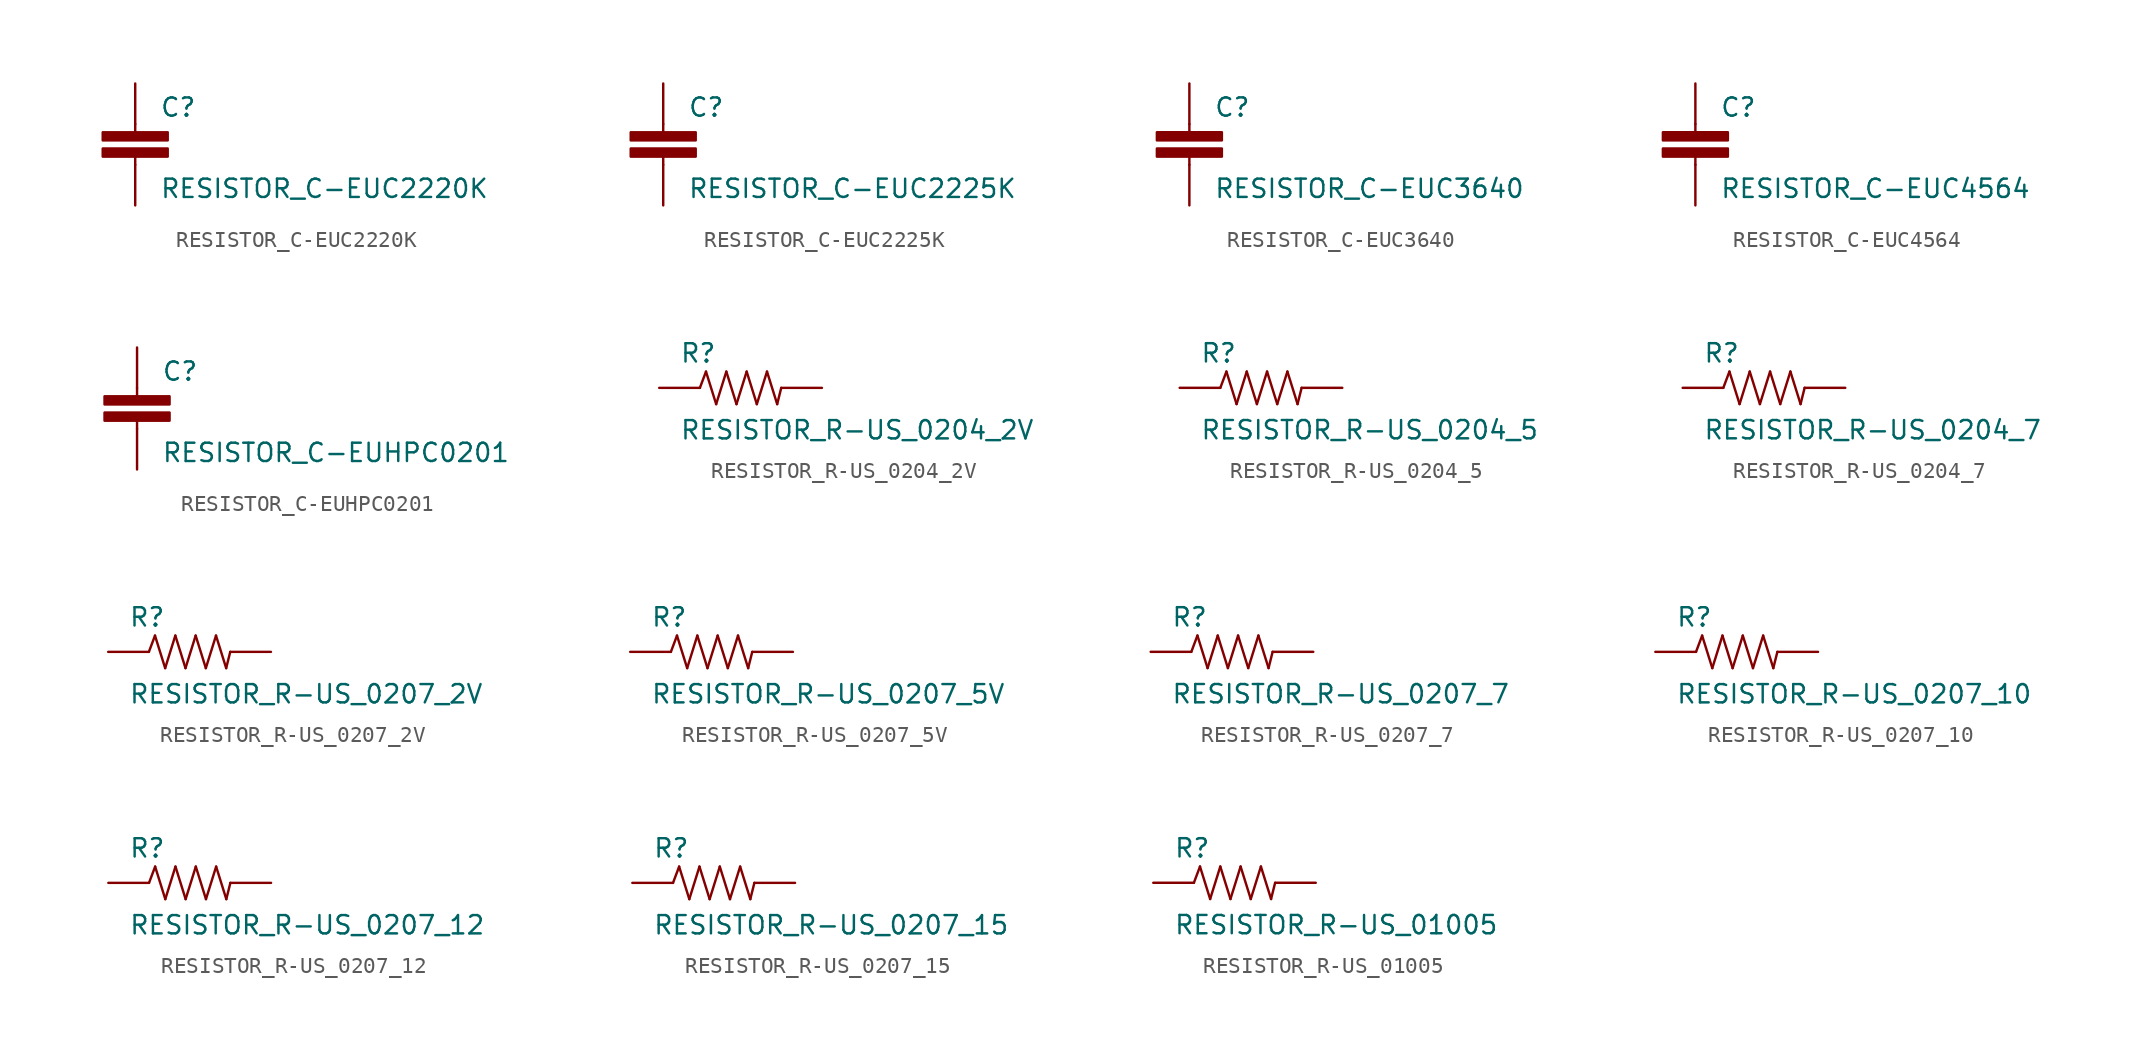
<source format=kicad_sym>
(kicad_symbol_lib
  (version 20210619)
  (generator kicad_symbol_editor)
  (symbol "RESISTOR_C-EUC2220K"
    (pin_numbers hide)
    (pin_names
      (offset 1.016) hide)
    (property "Reference" "C"
      (at 1.524 0.381 0)
      (effects (font (size 1.143 1.143)) (justify left bottom)))
    (property "Value" "RESISTOR_C-EUC2220K"
      (at 1.524 -4.699 0)
      (effects (font (size 1.143 1.143)) (justify left bottom)))
    (property "ki_locked" ""
      (at 0 0 0)
      (effects (font (size 1.27 1.27))))
    (symbol "RESISTOR_C-EUC2220K_1_0"
      (polyline (pts (xy 0 -2.54) (xy 0 -2.032)) (stroke (width 0)) (fill (type none)))
      (polyline (pts (xy 0 0) (xy 0 -0.508)) (stroke (width 0)) (fill (type none))))
    (symbol "RESISTOR_C-EUC2220K_1_1"
      (rectangle (start -2.032 -2.032) (end 2.032 -1.524) (stroke (width 0)) (fill (type outline)))
      (rectangle (start -2.032 -1.016) (end 2.032 -0.508) (stroke (width 0)) (fill (type outline)))
      (pin passive line (at 0 2.54 270) (length 2.54) (name "1" (effects (font (size 1.016 1.016)))) (number "1" (effects (font (size 1.016 1.016)))))
      (pin passive line (at 0 -5.08 90) (length 2.54) (name "2" (effects (font (size 1.016 1.016)))) (number "2" (effects (font (size 1.016 1.016)))))))
  (symbol "RESISTOR_C-EUC2225K"
    (pin_numbers hide)
    (pin_names
      (offset 1.016) hide)
    (property "Reference" "C"
      (at 1.524 0.381 0)
      (effects (font (size 1.143 1.143)) (justify left bottom)))
    (property "Value" "RESISTOR_C-EUC2225K"
      (at 1.524 -4.699 0)
      (effects (font (size 1.143 1.143)) (justify left bottom)))
    (property "ki_locked" ""
      (at 0 0 0)
      (effects (font (size 1.27 1.27))))
    (symbol "RESISTOR_C-EUC2225K_1_0"
      (polyline (pts (xy 0 -2.54) (xy 0 -2.032)) (stroke (width 0)) (fill (type none)))
      (polyline (pts (xy 0 0) (xy 0 -0.508)) (stroke (width 0)) (fill (type none))))
    (symbol "RESISTOR_C-EUC2225K_1_1"
      (rectangle (start -2.032 -2.032) (end 2.032 -1.524) (stroke (width 0)) (fill (type outline)))
      (rectangle (start -2.032 -1.016) (end 2.032 -0.508) (stroke (width 0)) (fill (type outline)))
      (pin passive line (at 0 2.54 270) (length 2.54) (name "1" (effects (font (size 1.016 1.016)))) (number "1" (effects (font (size 1.016 1.016)))))
      (pin passive line (at 0 -5.08 90) (length 2.54) (name "2" (effects (font (size 1.016 1.016)))) (number "2" (effects (font (size 1.016 1.016)))))))
  (symbol "RESISTOR_C-EUC3640"
    (pin_numbers hide)
    (pin_names
      (offset 1.016) hide)
    (property "Reference" "C"
      (at 1.524 0.381 0)
      (effects (font (size 1.143 1.143)) (justify left bottom)))
    (property "Value" "RESISTOR_C-EUC3640"
      (at 1.524 -4.699 0)
      (effects (font (size 1.143 1.143)) (justify left bottom)))
    (property "ki_locked" ""
      (at 0 0 0)
      (effects (font (size 1.27 1.27))))
    (symbol "RESISTOR_C-EUC3640_1_0"
      (polyline (pts (xy 0 -2.54) (xy 0 -2.032)) (stroke (width 0)) (fill (type none)))
      (polyline (pts (xy 0 0) (xy 0 -0.508)) (stroke (width 0)) (fill (type none))))
    (symbol "RESISTOR_C-EUC3640_1_1"
      (rectangle (start -2.032 -2.032) (end 2.032 -1.524) (stroke (width 0)) (fill (type outline)))
      (rectangle (start -2.032 -1.016) (end 2.032 -0.508) (stroke (width 0)) (fill (type outline)))
      (pin passive line (at 0 2.54 270) (length 2.54) (name "1" (effects (font (size 1.016 1.016)))) (number "1" (effects (font (size 1.016 1.016)))))
      (pin passive line (at 0 -5.08 90) (length 2.54) (name "2" (effects (font (size 1.016 1.016)))) (number "2" (effects (font (size 1.016 1.016)))))))
  (symbol "RESISTOR_C-EUC4564"
    (pin_numbers hide)
    (pin_names
      (offset 1.016) hide)
    (property "Reference" "C"
      (at 1.524 0.381 0)
      (effects (font (size 1.143 1.143)) (justify left bottom)))
    (property "Value" "RESISTOR_C-EUC4564"
      (at 1.524 -4.699 0)
      (effects (font (size 1.143 1.143)) (justify left bottom)))
    (property "ki_locked" ""
      (at 0 0 0)
      (effects (font (size 1.27 1.27))))
    (symbol "RESISTOR_C-EUC4564_1_0"
      (polyline (pts (xy 0 -2.54) (xy 0 -2.032)) (stroke (width 0)) (fill (type none)))
      (polyline (pts (xy 0 0) (xy 0 -0.508)) (stroke (width 0)) (fill (type none))))
    (symbol "RESISTOR_C-EUC4564_1_1"
      (rectangle (start -2.032 -2.032) (end 2.032 -1.524) (stroke (width 0)) (fill (type outline)))
      (rectangle (start -2.032 -1.016) (end 2.032 -0.508) (stroke (width 0)) (fill (type outline)))
      (pin passive line (at 0 2.54 270) (length 2.54) (name "1" (effects (font (size 1.016 1.016)))) (number "1" (effects (font (size 1.016 1.016)))))
      (pin passive line (at 0 -5.08 90) (length 2.54) (name "2" (effects (font (size 1.016 1.016)))) (number "2" (effects (font (size 1.016 1.016)))))))
  (symbol "RESISTOR_C-EUHPC0201"
    (pin_numbers hide)
    (pin_names
      (offset 1.016) hide)
    (property "Reference" "C"
      (at 1.524 0.381 0)
      (effects (font (size 1.143 1.143)) (justify left bottom)))
    (property "Value" "RESISTOR_C-EUHPC0201"
      (at 1.524 -4.699 0)
      (effects (font (size 1.143 1.143)) (justify left bottom)))
    (property "ki_locked" ""
      (at 0 0 0)
      (effects (font (size 1.27 1.27))))
    (symbol "RESISTOR_C-EUHPC0201_1_0"
      (polyline (pts (xy 0 -2.54) (xy 0 -2.032)) (stroke (width 0)) (fill (type none)))
      (polyline (pts (xy 0 0) (xy 0 -0.508)) (stroke (width 0)) (fill (type none))))
    (symbol "RESISTOR_C-EUHPC0201_1_1"
      (rectangle (start -2.032 -2.032) (end 2.032 -1.524) (stroke (width 0)) (fill (type outline)))
      (rectangle (start -2.032 -1.016) (end 2.032 -0.508) (stroke (width 0)) (fill (type outline)))
      (pin passive line (at 0 2.54 270) (length 2.54) (name "1" (effects (font (size 1.016 1.016)))) (number "1" (effects (font (size 1.016 1.016)))))
      (pin passive line (at 0 -5.08 90) (length 2.54) (name "2" (effects (font (size 1.016 1.016)))) (number "2" (effects (font (size 1.016 1.016)))))))
  (symbol "RESISTOR_R-US_0204_2V"
    (pin_numbers hide)
    (pin_names
      (offset 1.016) hide)
    (property "Reference" "R"
      (at -3.81 1.499 0)
      (effects (font (size 1.143 1.143)) (justify left bottom)))
    (property "Value" "RESISTOR_R-US_0204_2V"
      (at -3.81 -3.302 0)
      (effects (font (size 1.143 1.143)) (justify left bottom)))
    (property "ki_locked" ""
      (at 0 0 0)
      (effects (font (size 1.27 1.27))))
    (symbol "RESISTOR_R-US_0204_2V_1_0"
      (polyline (pts (xy -2.54 0) (xy -2.159 1.016)) (stroke (width 0)) (fill (type none)))
      (polyline (pts (xy -2.159 1.016) (xy -1.524 -1.016)) (stroke (width 0)) (fill (type none)))
      (polyline (pts (xy -1.524 -1.016) (xy -0.889 1.016)) (stroke (width 0)) (fill (type none)))
      (polyline (pts (xy -0.889 1.016) (xy -0.254 -1.016)) (stroke (width 0)) (fill (type none)))
      (polyline (pts (xy -0.254 -1.016) (xy 0.381 1.016)) (stroke (width 0)) (fill (type none)))
      (polyline (pts (xy 0.381 1.016) (xy 1.016 -1.016)) (stroke (width 0)) (fill (type none)))
      (polyline (pts (xy 1.016 -1.016) (xy 1.651 1.016)) (stroke (width 0)) (fill (type none)))
      (polyline (pts (xy 1.651 1.016) (xy 2.286 -1.016)) (stroke (width 0)) (fill (type none)))
      (polyline (pts (xy 2.286 -1.016) (xy 2.54 0)) (stroke (width 0)) (fill (type none))))
    (symbol "RESISTOR_R-US_0204_2V_1_1"
      (pin passive line (at -5.08 0 0) (length 2.54) (name "1" (effects (font (size 1.016 1.016)))) (number "1" (effects (font (size 1.016 1.016)))))
      (pin passive line (at 5.08 0 180) (length 2.54) (name "2" (effects (font (size 1.016 1.016)))) (number "2" (effects (font (size 1.016 1.016)))))))
  (symbol "RESISTOR_R-US_0204_5"
    (pin_numbers hide)
    (pin_names
      (offset 1.016) hide)
    (property "Reference" "R"
      (at -3.81 1.499 0)
      (effects (font (size 1.143 1.143)) (justify left bottom)))
    (property "Value" "RESISTOR_R-US_0204_5"
      (at -3.81 -3.302 0)
      (effects (font (size 1.143 1.143)) (justify left bottom)))
    (property "ki_locked" ""
      (at 0 0 0)
      (effects (font (size 1.27 1.27))))
    (symbol "RESISTOR_R-US_0204_5_1_0"
      (polyline (pts (xy -2.54 0) (xy -2.159 1.016)) (stroke (width 0)) (fill (type none)))
      (polyline (pts (xy -2.159 1.016) (xy -1.524 -1.016)) (stroke (width 0)) (fill (type none)))
      (polyline (pts (xy -1.524 -1.016) (xy -0.889 1.016)) (stroke (width 0)) (fill (type none)))
      (polyline (pts (xy -0.889 1.016) (xy -0.254 -1.016)) (stroke (width 0)) (fill (type none)))
      (polyline (pts (xy -0.254 -1.016) (xy 0.381 1.016)) (stroke (width 0)) (fill (type none)))
      (polyline (pts (xy 0.381 1.016) (xy 1.016 -1.016)) (stroke (width 0)) (fill (type none)))
      (polyline (pts (xy 1.016 -1.016) (xy 1.651 1.016)) (stroke (width 0)) (fill (type none)))
      (polyline (pts (xy 1.651 1.016) (xy 2.286 -1.016)) (stroke (width 0)) (fill (type none)))
      (polyline (pts (xy 2.286 -1.016) (xy 2.54 0)) (stroke (width 0)) (fill (type none))))
    (symbol "RESISTOR_R-US_0204_5_1_1"
      (pin passive line (at -5.08 0 0) (length 2.54) (name "1" (effects (font (size 1.016 1.016)))) (number "1" (effects (font (size 1.016 1.016)))))
      (pin passive line (at 5.08 0 180) (length 2.54) (name "2" (effects (font (size 1.016 1.016)))) (number "2" (effects (font (size 1.016 1.016)))))))
  (symbol "RESISTOR_R-US_0204_7"
    (pin_numbers hide)
    (pin_names
      (offset 1.016) hide)
    (property "Reference" "R"
      (at -3.81 1.499 0)
      (effects (font (size 1.143 1.143)) (justify left bottom)))
    (property "Value" "RESISTOR_R-US_0204_7"
      (at -3.81 -3.302 0)
      (effects (font (size 1.143 1.143)) (justify left bottom)))
    (property "ki_locked" ""
      (at 0 0 0)
      (effects (font (size 1.27 1.27))))
    (symbol "RESISTOR_R-US_0204_7_1_0"
      (polyline (pts (xy -2.54 0) (xy -2.159 1.016)) (stroke (width 0)) (fill (type none)))
      (polyline (pts (xy -2.159 1.016) (xy -1.524 -1.016)) (stroke (width 0)) (fill (type none)))
      (polyline (pts (xy -1.524 -1.016) (xy -0.889 1.016)) (stroke (width 0)) (fill (type none)))
      (polyline (pts (xy -0.889 1.016) (xy -0.254 -1.016)) (stroke (width 0)) (fill (type none)))
      (polyline (pts (xy -0.254 -1.016) (xy 0.381 1.016)) (stroke (width 0)) (fill (type none)))
      (polyline (pts (xy 0.381 1.016) (xy 1.016 -1.016)) (stroke (width 0)) (fill (type none)))
      (polyline (pts (xy 1.016 -1.016) (xy 1.651 1.016)) (stroke (width 0)) (fill (type none)))
      (polyline (pts (xy 1.651 1.016) (xy 2.286 -1.016)) (stroke (width 0)) (fill (type none)))
      (polyline (pts (xy 2.286 -1.016) (xy 2.54 0)) (stroke (width 0)) (fill (type none))))
    (symbol "RESISTOR_R-US_0204_7_1_1"
      (pin passive line (at -5.08 0 0) (length 2.54) (name "1" (effects (font (size 1.016 1.016)))) (number "1" (effects (font (size 1.016 1.016)))))
      (pin passive line (at 5.08 0 180) (length 2.54) (name "2" (effects (font (size 1.016 1.016)))) (number "2" (effects (font (size 1.016 1.016)))))))
  (symbol "RESISTOR_R-US_0207_2V"
    (pin_numbers hide)
    (pin_names
      (offset 1.016) hide)
    (property "Reference" "R"
      (at -3.81 1.499 0)
      (effects (font (size 1.143 1.143)) (justify left bottom)))
    (property "Value" "RESISTOR_R-US_0207_2V"
      (at -3.81 -3.302 0)
      (effects (font (size 1.143 1.143)) (justify left bottom)))
    (property "ki_locked" ""
      (at 0 0 0)
      (effects (font (size 1.27 1.27))))
    (symbol "RESISTOR_R-US_0207_2V_1_0"
      (polyline (pts (xy -2.54 0) (xy -2.159 1.016)) (stroke (width 0)) (fill (type none)))
      (polyline (pts (xy -2.159 1.016) (xy -1.524 -1.016)) (stroke (width 0)) (fill (type none)))
      (polyline (pts (xy -1.524 -1.016) (xy -0.889 1.016)) (stroke (width 0)) (fill (type none)))
      (polyline (pts (xy -0.889 1.016) (xy -0.254 -1.016)) (stroke (width 0)) (fill (type none)))
      (polyline (pts (xy -0.254 -1.016) (xy 0.381 1.016)) (stroke (width 0)) (fill (type none)))
      (polyline (pts (xy 0.381 1.016) (xy 1.016 -1.016)) (stroke (width 0)) (fill (type none)))
      (polyline (pts (xy 1.016 -1.016) (xy 1.651 1.016)) (stroke (width 0)) (fill (type none)))
      (polyline (pts (xy 1.651 1.016) (xy 2.286 -1.016)) (stroke (width 0)) (fill (type none)))
      (polyline (pts (xy 2.286 -1.016) (xy 2.54 0)) (stroke (width 0)) (fill (type none))))
    (symbol "RESISTOR_R-US_0207_2V_1_1"
      (pin passive line (at -5.08 0 0) (length 2.54) (name "1" (effects (font (size 1.016 1.016)))) (number "1" (effects (font (size 1.016 1.016)))))
      (pin passive line (at 5.08 0 180) (length 2.54) (name "2" (effects (font (size 1.016 1.016)))) (number "2" (effects (font (size 1.016 1.016)))))))
  (symbol "RESISTOR_R-US_0207_5V"
    (pin_numbers hide)
    (pin_names
      (offset 1.016) hide)
    (property "Reference" "R"
      (at -3.81 1.499 0)
      (effects (font (size 1.143 1.143)) (justify left bottom)))
    (property "Value" "RESISTOR_R-US_0207_5V"
      (at -3.81 -3.302 0)
      (effects (font (size 1.143 1.143)) (justify left bottom)))
    (property "ki_locked" ""
      (at 0 0 0)
      (effects (font (size 1.27 1.27))))
    (symbol "RESISTOR_R-US_0207_5V_1_0"
      (polyline (pts (xy -2.54 0) (xy -2.159 1.016)) (stroke (width 0)) (fill (type none)))
      (polyline (pts (xy -2.159 1.016) (xy -1.524 -1.016)) (stroke (width 0)) (fill (type none)))
      (polyline (pts (xy -1.524 -1.016) (xy -0.889 1.016)) (stroke (width 0)) (fill (type none)))
      (polyline (pts (xy -0.889 1.016) (xy -0.254 -1.016)) (stroke (width 0)) (fill (type none)))
      (polyline (pts (xy -0.254 -1.016) (xy 0.381 1.016)) (stroke (width 0)) (fill (type none)))
      (polyline (pts (xy 0.381 1.016) (xy 1.016 -1.016)) (stroke (width 0)) (fill (type none)))
      (polyline (pts (xy 1.016 -1.016) (xy 1.651 1.016)) (stroke (width 0)) (fill (type none)))
      (polyline (pts (xy 1.651 1.016) (xy 2.286 -1.016)) (stroke (width 0)) (fill (type none)))
      (polyline (pts (xy 2.286 -1.016) (xy 2.54 0)) (stroke (width 0)) (fill (type none))))
    (symbol "RESISTOR_R-US_0207_5V_1_1"
      (pin passive line (at -5.08 0 0) (length 2.54) (name "1" (effects (font (size 1.016 1.016)))) (number "1" (effects (font (size 1.016 1.016)))))
      (pin passive line (at 5.08 0 180) (length 2.54) (name "2" (effects (font (size 1.016 1.016)))) (number "2" (effects (font (size 1.016 1.016)))))))
  (symbol "RESISTOR_R-US_0207_7"
    (pin_numbers hide)
    (pin_names
      (offset 1.016) hide)
    (property "Reference" "R"
      (at -3.81 1.499 0)
      (effects (font (size 1.143 1.143)) (justify left bottom)))
    (property "Value" "RESISTOR_R-US_0207_7"
      (at -3.81 -3.302 0)
      (effects (font (size 1.143 1.143)) (justify left bottom)))
    (property "ki_locked" ""
      (at 0 0 0)
      (effects (font (size 1.27 1.27))))
    (symbol "RESISTOR_R-US_0207_7_1_0"
      (polyline (pts (xy -2.54 0) (xy -2.159 1.016)) (stroke (width 0)) (fill (type none)))
      (polyline (pts (xy -2.159 1.016) (xy -1.524 -1.016)) (stroke (width 0)) (fill (type none)))
      (polyline (pts (xy -1.524 -1.016) (xy -0.889 1.016)) (stroke (width 0)) (fill (type none)))
      (polyline (pts (xy -0.889 1.016) (xy -0.254 -1.016)) (stroke (width 0)) (fill (type none)))
      (polyline (pts (xy -0.254 -1.016) (xy 0.381 1.016)) (stroke (width 0)) (fill (type none)))
      (polyline (pts (xy 0.381 1.016) (xy 1.016 -1.016)) (stroke (width 0)) (fill (type none)))
      (polyline (pts (xy 1.016 -1.016) (xy 1.651 1.016)) (stroke (width 0)) (fill (type none)))
      (polyline (pts (xy 1.651 1.016) (xy 2.286 -1.016)) (stroke (width 0)) (fill (type none)))
      (polyline (pts (xy 2.286 -1.016) (xy 2.54 0)) (stroke (width 0)) (fill (type none))))
    (symbol "RESISTOR_R-US_0207_7_1_1"
      (pin passive line (at -5.08 0 0) (length 2.54) (name "1" (effects (font (size 1.016 1.016)))) (number "1" (effects (font (size 1.016 1.016)))))
      (pin passive line (at 5.08 0 180) (length 2.54) (name "2" (effects (font (size 1.016 1.016)))) (number "2" (effects (font (size 1.016 1.016)))))))
  (symbol "RESISTOR_R-US_0207_10"
    (pin_numbers hide)
    (pin_names
      (offset 1.016) hide)
    (property "Reference" "R"
      (at -3.81 1.499 0)
      (effects (font (size 1.143 1.143)) (justify left bottom)))
    (property "Value" "RESISTOR_R-US_0207_10"
      (at -3.81 -3.302 0)
      (effects (font (size 1.143 1.143)) (justify left bottom)))
    (property "ki_locked" ""
      (at 0 0 0)
      (effects (font (size 1.27 1.27))))
    (symbol "RESISTOR_R-US_0207_10_1_0"
      (polyline (pts (xy -2.54 0) (xy -2.159 1.016)) (stroke (width 0)) (fill (type none)))
      (polyline (pts (xy -2.159 1.016) (xy -1.524 -1.016)) (stroke (width 0)) (fill (type none)))
      (polyline (pts (xy -1.524 -1.016) (xy -0.889 1.016)) (stroke (width 0)) (fill (type none)))
      (polyline (pts (xy -0.889 1.016) (xy -0.254 -1.016)) (stroke (width 0)) (fill (type none)))
      (polyline (pts (xy -0.254 -1.016) (xy 0.381 1.016)) (stroke (width 0)) (fill (type none)))
      (polyline (pts (xy 0.381 1.016) (xy 1.016 -1.016)) (stroke (width 0)) (fill (type none)))
      (polyline (pts (xy 1.016 -1.016) (xy 1.651 1.016)) (stroke (width 0)) (fill (type none)))
      (polyline (pts (xy 1.651 1.016) (xy 2.286 -1.016)) (stroke (width 0)) (fill (type none)))
      (polyline (pts (xy 2.286 -1.016) (xy 2.54 0)) (stroke (width 0)) (fill (type none))))
    (symbol "RESISTOR_R-US_0207_10_1_1"
      (pin passive line (at -5.08 0 0) (length 2.54) (name "1" (effects (font (size 1.016 1.016)))) (number "1" (effects (font (size 1.016 1.016)))))
      (pin passive line (at 5.08 0 180) (length 2.54) (name "2" (effects (font (size 1.016 1.016)))) (number "2" (effects (font (size 1.016 1.016)))))))
  (symbol "RESISTOR_R-US_0207_12"
    (pin_numbers hide)
    (pin_names
      (offset 1.016) hide)
    (property "Reference" "R"
      (at -3.81 1.499 0)
      (effects (font (size 1.143 1.143)) (justify left bottom)))
    (property "Value" "RESISTOR_R-US_0207_12"
      (at -3.81 -3.302 0)
      (effects (font (size 1.143 1.143)) (justify left bottom)))
    (property "ki_locked" ""
      (at 0 0 0)
      (effects (font (size 1.27 1.27))))
    (symbol "RESISTOR_R-US_0207_12_1_0"
      (polyline (pts (xy -2.54 0) (xy -2.159 1.016)) (stroke (width 0)) (fill (type none)))
      (polyline (pts (xy -2.159 1.016) (xy -1.524 -1.016)) (stroke (width 0)) (fill (type none)))
      (polyline (pts (xy -1.524 -1.016) (xy -0.889 1.016)) (stroke (width 0)) (fill (type none)))
      (polyline (pts (xy -0.889 1.016) (xy -0.254 -1.016)) (stroke (width 0)) (fill (type none)))
      (polyline (pts (xy -0.254 -1.016) (xy 0.381 1.016)) (stroke (width 0)) (fill (type none)))
      (polyline (pts (xy 0.381 1.016) (xy 1.016 -1.016)) (stroke (width 0)) (fill (type none)))
      (polyline (pts (xy 1.016 -1.016) (xy 1.651 1.016)) (stroke (width 0)) (fill (type none)))
      (polyline (pts (xy 1.651 1.016) (xy 2.286 -1.016)) (stroke (width 0)) (fill (type none)))
      (polyline (pts (xy 2.286 -1.016) (xy 2.54 0)) (stroke (width 0)) (fill (type none))))
    (symbol "RESISTOR_R-US_0207_12_1_1"
      (pin passive line (at -5.08 0 0) (length 2.54) (name "1" (effects (font (size 1.016 1.016)))) (number "1" (effects (font (size 1.016 1.016)))))
      (pin passive line (at 5.08 0 180) (length 2.54) (name "2" (effects (font (size 1.016 1.016)))) (number "2" (effects (font (size 1.016 1.016)))))))
  (symbol "RESISTOR_R-US_0207_15"
    (pin_numbers hide)
    (pin_names
      (offset 1.016) hide)
    (property "Reference" "R"
      (at -3.81 1.499 0)
      (effects (font (size 1.143 1.143)) (justify left bottom)))
    (property "Value" "RESISTOR_R-US_0207_15"
      (at -3.81 -3.302 0)
      (effects (font (size 1.143 1.143)) (justify left bottom)))
    (property "ki_locked" ""
      (at 0 0 0)
      (effects (font (size 1.27 1.27))))
    (symbol "RESISTOR_R-US_0207_15_1_0"
      (polyline (pts (xy -2.54 0) (xy -2.159 1.016)) (stroke (width 0)) (fill (type none)))
      (polyline (pts (xy -2.159 1.016) (xy -1.524 -1.016)) (stroke (width 0)) (fill (type none)))
      (polyline (pts (xy -1.524 -1.016) (xy -0.889 1.016)) (stroke (width 0)) (fill (type none)))
      (polyline (pts (xy -0.889 1.016) (xy -0.254 -1.016)) (stroke (width 0)) (fill (type none)))
      (polyline (pts (xy -0.254 -1.016) (xy 0.381 1.016)) (stroke (width 0)) (fill (type none)))
      (polyline (pts (xy 0.381 1.016) (xy 1.016 -1.016)) (stroke (width 0)) (fill (type none)))
      (polyline (pts (xy 1.016 -1.016) (xy 1.651 1.016)) (stroke (width 0)) (fill (type none)))
      (polyline (pts (xy 1.651 1.016) (xy 2.286 -1.016)) (stroke (width 0)) (fill (type none)))
      (polyline (pts (xy 2.286 -1.016) (xy 2.54 0)) (stroke (width 0)) (fill (type none))))
    (symbol "RESISTOR_R-US_0207_15_1_1"
      (pin passive line (at -5.08 0 0) (length 2.54) (name "1" (effects (font (size 1.016 1.016)))) (number "1" (effects (font (size 1.016 1.016)))))
      (pin passive line (at 5.08 0 180) (length 2.54) (name "2" (effects (font (size 1.016 1.016)))) (number "2" (effects (font (size 1.016 1.016)))))))
  (symbol "RESISTOR_R-US_01005"
    (pin_numbers hide)
    (pin_names
      (offset 1.016) hide)
    (property "Reference" "R"
      (at -3.81 1.499 0)
      (effects (font (size 1.143 1.143)) (justify left bottom)))
    (property "Value" "RESISTOR_R-US_01005"
      (at -3.81 -3.302 0)
      (effects (font (size 1.143 1.143)) (justify left bottom)))
    (property "ki_locked" ""
      (at 0 0 0)
      (effects (font (size 1.27 1.27))))
    (symbol "RESISTOR_R-US_01005_1_0"
      (polyline (pts (xy -2.54 0) (xy -2.159 1.016)) (stroke (width 0)) (fill (type none)))
      (polyline (pts (xy -2.159 1.016) (xy -1.524 -1.016)) (stroke (width 0)) (fill (type none)))
      (polyline (pts (xy -1.524 -1.016) (xy -0.889 1.016)) (stroke (width 0)) (fill (type none)))
      (polyline (pts (xy -0.889 1.016) (xy -0.254 -1.016)) (stroke (width 0)) (fill (type none)))
      (polyline (pts (xy -0.254 -1.016) (xy 0.381 1.016)) (stroke (width 0)) (fill (type none)))
      (polyline (pts (xy 0.381 1.016) (xy 1.016 -1.016)) (stroke (width 0)) (fill (type none)))
      (polyline (pts (xy 1.016 -1.016) (xy 1.651 1.016)) (stroke (width 0)) (fill (type none)))
      (polyline (pts (xy 1.651 1.016) (xy 2.286 -1.016)) (stroke (width 0)) (fill (type none)))
      (polyline (pts (xy 2.286 -1.016) (xy 2.54 0)) (stroke (width 0)) (fill (type none))))
    (symbol "RESISTOR_R-US_01005_1_1"
      (pin passive line (at -5.08 0 0) (length 2.54) (name "1" (effects (font (size 1.016 1.016)))) (number "1" (effects (font (size 1.016 1.016)))))
      (pin passive line (at 5.08 0 180) (length 2.54) (name "2" (effects (font (size 1.016 1.016)))) (number "2" (effects (font (size 1.016 1.016))))))))
</source>
